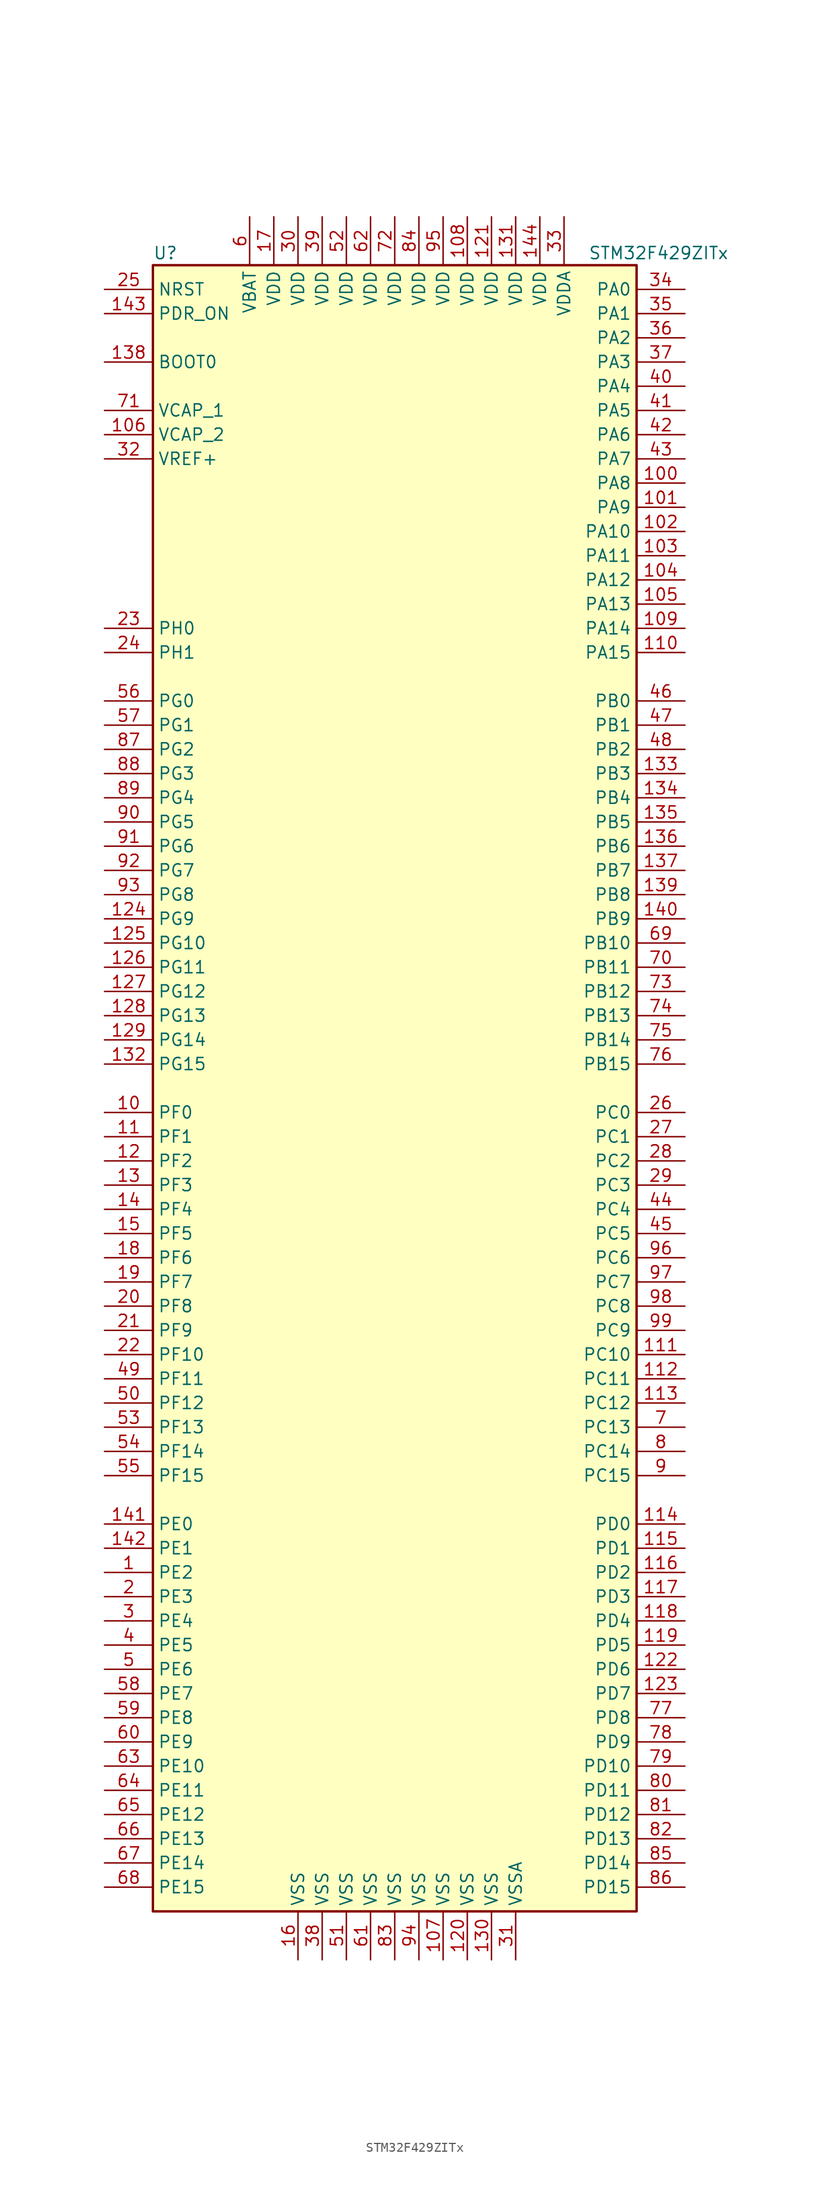
<source format=kicad_sym>
(kicad_symbol_lib
  (version 20201005)
  (generator kicad_symbol_editor)
  (symbol "STM32F429ZITx"
    (property "Reference" "U"
      (at -25.4 87.63 0)
      (effects (font (size 1.27 1.27)) (justify left)))
    (property "Value" "STM32F429ZITx"
      (at 20.32 87.63 0)
      (effects (font (size 1.27 1.27)) (justify left)))
    (symbol "STM32F429ZITx_0_1"
      (rectangle (start -25.4 -86.36) (end 25.4 86.36) (stroke (width 0.254)) (fill (type background))))
    (symbol "STM32F429ZITx_1_1"
      (pin input line (at -30.48 76.2 0) (length 5.08) (name "BOOT0" (effects (font (size 1.27 1.27)))) (number "138" (effects (font (size 1.27 1.27)))))
      (pin input line (at -30.48 83.82 0) (length 5.08) (name "NRST" (effects (font (size 1.27 1.27)))) (number "25" (effects (font (size 1.27 1.27)))))
      (pin bidirectional line (at 30.48 83.82 180) (length 5.08) (name "PA0" (effects (font (size 1.27 1.27)))) (number "34" (effects (font (size 1.27 1.27)))))
      (pin bidirectional line (at 30.48 81.28 180) (length 5.08) (name "PA1" (effects (font (size 1.27 1.27)))) (number "35" (effects (font (size 1.27 1.27)))))
      (pin bidirectional line (at 30.48 58.42 180) (length 5.08) (name "PA10" (effects (font (size 1.27 1.27)))) (number "102" (effects (font (size 1.27 1.27)))))
      (pin bidirectional line (at 30.48 55.88 180) (length 5.08) (name "PA11" (effects (font (size 1.27 1.27)))) (number "103" (effects (font (size 1.27 1.27)))))
      (pin bidirectional line (at 30.48 53.34 180) (length 5.08) (name "PA12" (effects (font (size 1.27 1.27)))) (number "104" (effects (font (size 1.27 1.27)))))
      (pin bidirectional line (at 30.48 50.8 180) (length 5.08) (name "PA13" (effects (font (size 1.27 1.27)))) (number "105" (effects (font (size 1.27 1.27)))))
      (pin bidirectional line (at 30.48 48.26 180) (length 5.08) (name "PA14" (effects (font (size 1.27 1.27)))) (number "109" (effects (font (size 1.27 1.27)))))
      (pin bidirectional line (at 30.48 45.72 180) (length 5.08) (name "PA15" (effects (font (size 1.27 1.27)))) (number "110" (effects (font (size 1.27 1.27)))))
      (pin bidirectional line (at 30.48 78.74 180) (length 5.08) (name "PA2" (effects (font (size 1.27 1.27)))) (number "36" (effects (font (size 1.27 1.27)))))
      (pin bidirectional line (at 30.48 76.2 180) (length 5.08) (name "PA3" (effects (font (size 1.27 1.27)))) (number "37" (effects (font (size 1.27 1.27)))))
      (pin bidirectional line (at 30.48 73.66 180) (length 5.08) (name "PA4" (effects (font (size 1.27 1.27)))) (number "40" (effects (font (size 1.27 1.27)))))
      (pin bidirectional line (at 30.48 71.12 180) (length 5.08) (name "PA5" (effects (font (size 1.27 1.27)))) (number "41" (effects (font (size 1.27 1.27)))))
      (pin bidirectional line (at 30.48 68.58 180) (length 5.08) (name "PA6" (effects (font (size 1.27 1.27)))) (number "42" (effects (font (size 1.27 1.27)))))
      (pin bidirectional line (at 30.48 66.04 180) (length 5.08) (name "PA7" (effects (font (size 1.27 1.27)))) (number "43" (effects (font (size 1.27 1.27)))))
      (pin bidirectional line (at 30.48 63.5 180) (length 5.08) (name "PA8" (effects (font (size 1.27 1.27)))) (number "100" (effects (font (size 1.27 1.27)))))
      (pin bidirectional line (at 30.48 60.96 180) (length 5.08) (name "PA9" (effects (font (size 1.27 1.27)))) (number "101" (effects (font (size 1.27 1.27)))))
      (pin bidirectional line (at 30.48 40.64 180) (length 5.08) (name "PB0" (effects (font (size 1.27 1.27)))) (number "46" (effects (font (size 1.27 1.27)))))
      (pin bidirectional line (at 30.48 38.1 180) (length 5.08) (name "PB1" (effects (font (size 1.27 1.27)))) (number "47" (effects (font (size 1.27 1.27)))))
      (pin bidirectional line (at 30.48 15.24 180) (length 5.08) (name "PB10" (effects (font (size 1.27 1.27)))) (number "69" (effects (font (size 1.27 1.27)))))
      (pin bidirectional line (at 30.48 12.7 180) (length 5.08) (name "PB11" (effects (font (size 1.27 1.27)))) (number "70" (effects (font (size 1.27 1.27)))))
      (pin bidirectional line (at 30.48 10.16 180) (length 5.08) (name "PB12" (effects (font (size 1.27 1.27)))) (number "73" (effects (font (size 1.27 1.27)))))
      (pin bidirectional line (at 30.48 7.62 180) (length 5.08) (name "PB13" (effects (font (size 1.27 1.27)))) (number "74" (effects (font (size 1.27 1.27)))))
      (pin bidirectional line (at 30.48 5.08 180) (length 5.08) (name "PB14" (effects (font (size 1.27 1.27)))) (number "75" (effects (font (size 1.27 1.27)))))
      (pin bidirectional line (at 30.48 2.54 180) (length 5.08) (name "PB15" (effects (font (size 1.27 1.27)))) (number "76" (effects (font (size 1.27 1.27)))))
      (pin bidirectional line (at 30.48 35.56 180) (length 5.08) (name "PB2" (effects (font (size 1.27 1.27)))) (number "48" (effects (font (size 1.27 1.27)))))
      (pin bidirectional line (at 30.48 33.02 180) (length 5.08) (name "PB3" (effects (font (size 1.27 1.27)))) (number "133" (effects (font (size 1.27 1.27)))))
      (pin bidirectional line (at 30.48 30.48 180) (length 5.08) (name "PB4" (effects (font (size 1.27 1.27)))) (number "134" (effects (font (size 1.27 1.27)))))
      (pin bidirectional line (at 30.48 27.94 180) (length 5.08) (name "PB5" (effects (font (size 1.27 1.27)))) (number "135" (effects (font (size 1.27 1.27)))))
      (pin bidirectional line (at 30.48 25.4 180) (length 5.08) (name "PB6" (effects (font (size 1.27 1.27)))) (number "136" (effects (font (size 1.27 1.27)))))
      (pin bidirectional line (at 30.48 22.86 180) (length 5.08) (name "PB7" (effects (font (size 1.27 1.27)))) (number "137" (effects (font (size 1.27 1.27)))))
      (pin bidirectional line (at 30.48 20.32 180) (length 5.08) (name "PB8" (effects (font (size 1.27 1.27)))) (number "139" (effects (font (size 1.27 1.27)))))
      (pin bidirectional line (at 30.48 17.78 180) (length 5.08) (name "PB9" (effects (font (size 1.27 1.27)))) (number "140" (effects (font (size 1.27 1.27)))))
      (pin bidirectional line (at 30.48 -2.54 180) (length 5.08) (name "PC0" (effects (font (size 1.27 1.27)))) (number "26" (effects (font (size 1.27 1.27)))))
      (pin bidirectional line (at 30.48 -5.08 180) (length 5.08) (name "PC1" (effects (font (size 1.27 1.27)))) (number "27" (effects (font (size 1.27 1.27)))))
      (pin bidirectional line (at 30.48 -27.94 180) (length 5.08) (name "PC10" (effects (font (size 1.27 1.27)))) (number "111" (effects (font (size 1.27 1.27)))))
      (pin bidirectional line (at 30.48 -30.48 180) (length 5.08) (name "PC11" (effects (font (size 1.27 1.27)))) (number "112" (effects (font (size 1.27 1.27)))))
      (pin bidirectional line (at 30.48 -33.02 180) (length 5.08) (name "PC12" (effects (font (size 1.27 1.27)))) (number "113" (effects (font (size 1.27 1.27)))))
      (pin bidirectional line (at 30.48 -35.56 180) (length 5.08) (name "PC13" (effects (font (size 1.27 1.27)))) (number "7" (effects (font (size 1.27 1.27)))))
      (pin bidirectional line (at 30.48 -38.1 180) (length 5.08) (name "PC14" (effects (font (size 1.27 1.27)))) (number "8" (effects (font (size 1.27 1.27)))))
      (pin bidirectional line (at 30.48 -40.64 180) (length 5.08) (name "PC15" (effects (font (size 1.27 1.27)))) (number "9" (effects (font (size 1.27 1.27)))))
      (pin bidirectional line (at 30.48 -7.62 180) (length 5.08) (name "PC2" (effects (font (size 1.27 1.27)))) (number "28" (effects (font (size 1.27 1.27)))))
      (pin bidirectional line (at 30.48 -10.16 180) (length 5.08) (name "PC3" (effects (font (size 1.27 1.27)))) (number "29" (effects (font (size 1.27 1.27)))))
      (pin bidirectional line (at 30.48 -12.7 180) (length 5.08) (name "PC4" (effects (font (size 1.27 1.27)))) (number "44" (effects (font (size 1.27 1.27)))))
      (pin bidirectional line (at 30.48 -15.24 180) (length 5.08) (name "PC5" (effects (font (size 1.27 1.27)))) (number "45" (effects (font (size 1.27 1.27)))))
      (pin bidirectional line (at 30.48 -17.78 180) (length 5.08) (name "PC6" (effects (font (size 1.27 1.27)))) (number "96" (effects (font (size 1.27 1.27)))))
      (pin bidirectional line (at 30.48 -20.32 180) (length 5.08) (name "PC7" (effects (font (size 1.27 1.27)))) (number "97" (effects (font (size 1.27 1.27)))))
      (pin bidirectional line (at 30.48 -22.86 180) (length 5.08) (name "PC8" (effects (font (size 1.27 1.27)))) (number "98" (effects (font (size 1.27 1.27)))))
      (pin bidirectional line (at 30.48 -25.4 180) (length 5.08) (name "PC9" (effects (font (size 1.27 1.27)))) (number "99" (effects (font (size 1.27 1.27)))))
      (pin bidirectional line (at 30.48 -45.72 180) (length 5.08) (name "PD0" (effects (font (size 1.27 1.27)))) (number "114" (effects (font (size 1.27 1.27)))))
      (pin bidirectional line (at 30.48 -48.26 180) (length 5.08) (name "PD1" (effects (font (size 1.27 1.27)))) (number "115" (effects (font (size 1.27 1.27)))))
      (pin bidirectional line (at 30.48 -71.12 180) (length 5.08) (name "PD10" (effects (font (size 1.27 1.27)))) (number "79" (effects (font (size 1.27 1.27)))))
      (pin bidirectional line (at 30.48 -73.66 180) (length 5.08) (name "PD11" (effects (font (size 1.27 1.27)))) (number "80" (effects (font (size 1.27 1.27)))))
      (pin bidirectional line (at 30.48 -76.2 180) (length 5.08) (name "PD12" (effects (font (size 1.27 1.27)))) (number "81" (effects (font (size 1.27 1.27)))))
      (pin bidirectional line (at 30.48 -78.74 180) (length 5.08) (name "PD13" (effects (font (size 1.27 1.27)))) (number "82" (effects (font (size 1.27 1.27)))))
      (pin bidirectional line (at 30.48 -81.28 180) (length 5.08) (name "PD14" (effects (font (size 1.27 1.27)))) (number "85" (effects (font (size 1.27 1.27)))))
      (pin bidirectional line (at 30.48 -83.82 180) (length 5.08) (name "PD15" (effects (font (size 1.27 1.27)))) (number "86" (effects (font (size 1.27 1.27)))))
      (pin bidirectional line (at 30.48 -50.8 180) (length 5.08) (name "PD2" (effects (font (size 1.27 1.27)))) (number "116" (effects (font (size 1.27 1.27)))))
      (pin bidirectional line (at 30.48 -53.34 180) (length 5.08) (name "PD3" (effects (font (size 1.27 1.27)))) (number "117" (effects (font (size 1.27 1.27)))))
      (pin bidirectional line (at 30.48 -55.88 180) (length 5.08) (name "PD4" (effects (font (size 1.27 1.27)))) (number "118" (effects (font (size 1.27 1.27)))))
      (pin bidirectional line (at 30.48 -58.42 180) (length 5.08) (name "PD5" (effects (font (size 1.27 1.27)))) (number "119" (effects (font (size 1.27 1.27)))))
      (pin bidirectional line (at 30.48 -60.96 180) (length 5.08) (name "PD6" (effects (font (size 1.27 1.27)))) (number "122" (effects (font (size 1.27 1.27)))))
      (pin bidirectional line (at 30.48 -63.5 180) (length 5.08) (name "PD7" (effects (font (size 1.27 1.27)))) (number "123" (effects (font (size 1.27 1.27)))))
      (pin bidirectional line (at 30.48 -66.04 180) (length 5.08) (name "PD8" (effects (font (size 1.27 1.27)))) (number "77" (effects (font (size 1.27 1.27)))))
      (pin bidirectional line (at 30.48 -68.58 180) (length 5.08) (name "PD9" (effects (font (size 1.27 1.27)))) (number "78" (effects (font (size 1.27 1.27)))))
      (pin input line (at -30.48 81.28 0) (length 5.08) (name "PDR_ON" (effects (font (size 1.27 1.27)))) (number "143" (effects (font (size 1.27 1.27)))))
      (pin bidirectional line (at -30.48 -45.72 0) (length 5.08) (name "PE0" (effects (font (size 1.27 1.27)))) (number "141" (effects (font (size 1.27 1.27)))))
      (pin bidirectional line (at -30.48 -48.26 0) (length 5.08) (name "PE1" (effects (font (size 1.27 1.27)))) (number "142" (effects (font (size 1.27 1.27)))))
      (pin bidirectional line (at -30.48 -71.12 0) (length 5.08) (name "PE10" (effects (font (size 1.27 1.27)))) (number "63" (effects (font (size 1.27 1.27)))))
      (pin bidirectional line (at -30.48 -73.66 0) (length 5.08) (name "PE11" (effects (font (size 1.27 1.27)))) (number "64" (effects (font (size 1.27 1.27)))))
      (pin bidirectional line (at -30.48 -76.2 0) (length 5.08) (name "PE12" (effects (font (size 1.27 1.27)))) (number "65" (effects (font (size 1.27 1.27)))))
      (pin bidirectional line (at -30.48 -78.74 0) (length 5.08) (name "PE13" (effects (font (size 1.27 1.27)))) (number "66" (effects (font (size 1.27 1.27)))))
      (pin bidirectional line (at -30.48 -81.28 0) (length 5.08) (name "PE14" (effects (font (size 1.27 1.27)))) (number "67" (effects (font (size 1.27 1.27)))))
      (pin bidirectional line (at -30.48 -83.82 0) (length 5.08) (name "PE15" (effects (font (size 1.27 1.27)))) (number "68" (effects (font (size 1.27 1.27)))))
      (pin bidirectional line (at -30.48 -50.8 0) (length 5.08) (name "PE2" (effects (font (size 1.27 1.27)))) (number "1" (effects (font (size 1.27 1.27)))))
      (pin bidirectional line (at -30.48 -53.34 0) (length 5.08) (name "PE3" (effects (font (size 1.27 1.27)))) (number "2" (effects (font (size 1.27 1.27)))))
      (pin bidirectional line (at -30.48 -55.88 0) (length 5.08) (name "PE4" (effects (font (size 1.27 1.27)))) (number "3" (effects (font (size 1.27 1.27)))))
      (pin bidirectional line (at -30.48 -58.42 0) (length 5.08) (name "PE5" (effects (font (size 1.27 1.27)))) (number "4" (effects (font (size 1.27 1.27)))))
      (pin bidirectional line (at -30.48 -60.96 0) (length 5.08) (name "PE6" (effects (font (size 1.27 1.27)))) (number "5" (effects (font (size 1.27 1.27)))))
      (pin bidirectional line (at -30.48 -63.5 0) (length 5.08) (name "PE7" (effects (font (size 1.27 1.27)))) (number "58" (effects (font (size 1.27 1.27)))))
      (pin bidirectional line (at -30.48 -66.04 0) (length 5.08) (name "PE8" (effects (font (size 1.27 1.27)))) (number "59" (effects (font (size 1.27 1.27)))))
      (pin bidirectional line (at -30.48 -68.58 0) (length 5.08) (name "PE9" (effects (font (size 1.27 1.27)))) (number "60" (effects (font (size 1.27 1.27)))))
      (pin bidirectional line (at -30.48 -2.54 0) (length 5.08) (name "PF0" (effects (font (size 1.27 1.27)))) (number "10" (effects (font (size 1.27 1.27)))))
      (pin bidirectional line (at -30.48 -5.08 0) (length 5.08) (name "PF1" (effects (font (size 1.27 1.27)))) (number "11" (effects (font (size 1.27 1.27)))))
      (pin bidirectional line (at -30.48 -27.94 0) (length 5.08) (name "PF10" (effects (font (size 1.27 1.27)))) (number "22" (effects (font (size 1.27 1.27)))))
      (pin bidirectional line (at -30.48 -30.48 0) (length 5.08) (name "PF11" (effects (font (size 1.27 1.27)))) (number "49" (effects (font (size 1.27 1.27)))))
      (pin bidirectional line (at -30.48 -33.02 0) (length 5.08) (name "PF12" (effects (font (size 1.27 1.27)))) (number "50" (effects (font (size 1.27 1.27)))))
      (pin bidirectional line (at -30.48 -35.56 0) (length 5.08) (name "PF13" (effects (font (size 1.27 1.27)))) (number "53" (effects (font (size 1.27 1.27)))))
      (pin bidirectional line (at -30.48 -38.1 0) (length 5.08) (name "PF14" (effects (font (size 1.27 1.27)))) (number "54" (effects (font (size 1.27 1.27)))))
      (pin bidirectional line (at -30.48 -40.64 0) (length 5.08) (name "PF15" (effects (font (size 1.27 1.27)))) (number "55" (effects (font (size 1.27 1.27)))))
      (pin bidirectional line (at -30.48 -7.62 0) (length 5.08) (name "PF2" (effects (font (size 1.27 1.27)))) (number "12" (effects (font (size 1.27 1.27)))))
      (pin bidirectional line (at -30.48 -10.16 0) (length 5.08) (name "PF3" (effects (font (size 1.27 1.27)))) (number "13" (effects (font (size 1.27 1.27)))))
      (pin bidirectional line (at -30.48 -12.7 0) (length 5.08) (name "PF4" (effects (font (size 1.27 1.27)))) (number "14" (effects (font (size 1.27 1.27)))))
      (pin bidirectional line (at -30.48 -15.24 0) (length 5.08) (name "PF5" (effects (font (size 1.27 1.27)))) (number "15" (effects (font (size 1.27 1.27)))))
      (pin bidirectional line (at -30.48 -17.78 0) (length 5.08) (name "PF6" (effects (font (size 1.27 1.27)))) (number "18" (effects (font (size 1.27 1.27)))))
      (pin bidirectional line (at -30.48 -20.32 0) (length 5.08) (name "PF7" (effects (font (size 1.27 1.27)))) (number "19" (effects (font (size 1.27 1.27)))))
      (pin bidirectional line (at -30.48 -22.86 0) (length 5.08) (name "PF8" (effects (font (size 1.27 1.27)))) (number "20" (effects (font (size 1.27 1.27)))))
      (pin bidirectional line (at -30.48 -25.4 0) (length 5.08) (name "PF9" (effects (font (size 1.27 1.27)))) (number "21" (effects (font (size 1.27 1.27)))))
      (pin bidirectional line (at -30.48 40.64 0) (length 5.08) (name "PG0" (effects (font (size 1.27 1.27)))) (number "56" (effects (font (size 1.27 1.27)))))
      (pin bidirectional line (at -30.48 38.1 0) (length 5.08) (name "PG1" (effects (font (size 1.27 1.27)))) (number "57" (effects (font (size 1.27 1.27)))))
      (pin bidirectional line (at -30.48 15.24 0) (length 5.08) (name "PG10" (effects (font (size 1.27 1.27)))) (number "125" (effects (font (size 1.27 1.27)))))
      (pin bidirectional line (at -30.48 12.7 0) (length 5.08) (name "PG11" (effects (font (size 1.27 1.27)))) (number "126" (effects (font (size 1.27 1.27)))))
      (pin bidirectional line (at -30.48 10.16 0) (length 5.08) (name "PG12" (effects (font (size 1.27 1.27)))) (number "127" (effects (font (size 1.27 1.27)))))
      (pin bidirectional line (at -30.48 7.62 0) (length 5.08) (name "PG13" (effects (font (size 1.27 1.27)))) (number "128" (effects (font (size 1.27 1.27)))))
      (pin bidirectional line (at -30.48 5.08 0) (length 5.08) (name "PG14" (effects (font (size 1.27 1.27)))) (number "129" (effects (font (size 1.27 1.27)))))
      (pin bidirectional line (at -30.48 2.54 0) (length 5.08) (name "PG15" (effects (font (size 1.27 1.27)))) (number "132" (effects (font (size 1.27 1.27)))))
      (pin bidirectional line (at -30.48 35.56 0) (length 5.08) (name "PG2" (effects (font (size 1.27 1.27)))) (number "87" (effects (font (size 1.27 1.27)))))
      (pin bidirectional line (at -30.48 33.02 0) (length 5.08) (name "PG3" (effects (font (size 1.27 1.27)))) (number "88" (effects (font (size 1.27 1.27)))))
      (pin bidirectional line (at -30.48 30.48 0) (length 5.08) (name "PG4" (effects (font (size 1.27 1.27)))) (number "89" (effects (font (size 1.27 1.27)))))
      (pin bidirectional line (at -30.48 27.94 0) (length 5.08) (name "PG5" (effects (font (size 1.27 1.27)))) (number "90" (effects (font (size 1.27 1.27)))))
      (pin bidirectional line (at -30.48 25.4 0) (length 5.08) (name "PG6" (effects (font (size 1.27 1.27)))) (number "91" (effects (font (size 1.27 1.27)))))
      (pin bidirectional line (at -30.48 22.86 0) (length 5.08) (name "PG7" (effects (font (size 1.27 1.27)))) (number "92" (effects (font (size 1.27 1.27)))))
      (pin bidirectional line (at -30.48 20.32 0) (length 5.08) (name "PG8" (effects (font (size 1.27 1.27)))) (number "93" (effects (font (size 1.27 1.27)))))
      (pin bidirectional line (at -30.48 17.78 0) (length 5.08) (name "PG9" (effects (font (size 1.27 1.27)))) (number "124" (effects (font (size 1.27 1.27)))))
      (pin input line (at -30.48 48.26 0) (length 5.08) (name "PH0" (effects (font (size 1.27 1.27)))) (number "23" (effects (font (size 1.27 1.27)))))
      (pin input line (at -30.48 45.72 0) (length 5.08) (name "PH1" (effects (font (size 1.27 1.27)))) (number "24" (effects (font (size 1.27 1.27)))))
      (pin power_in line (at -15.24 91.44 270) (length 5.08) (name "VBAT" (effects (font (size 1.27 1.27)))) (number "6" (effects (font (size 1.27 1.27)))))
      (pin power_in line (at -30.48 71.12 0) (length 5.08) (name "VCAP_1" (effects (font (size 1.27 1.27)))) (number "71" (effects (font (size 1.27 1.27)))))
      (pin power_in line (at -30.48 68.58 0) (length 5.08) (name "VCAP_2" (effects (font (size 1.27 1.27)))) (number "106" (effects (font (size 1.27 1.27)))))
      (pin power_in line (at 7.62 91.44 270) (length 5.08) (name "VDD" (effects (font (size 1.27 1.27)))) (number "108" (effects (font (size 1.27 1.27)))))
      (pin power_in line (at 10.16 91.44 270) (length 5.08) (name "VDD" (effects (font (size 1.27 1.27)))) (number "121" (effects (font (size 1.27 1.27)))))
      (pin power_in line (at 12.7 91.44 270) (length 5.08) (name "VDD" (effects (font (size 1.27 1.27)))) (number "131" (effects (font (size 1.27 1.27)))))
      (pin power_in line (at 15.24 91.44 270) (length 5.08) (name "VDD" (effects (font (size 1.27 1.27)))) (number "144" (effects (font (size 1.27 1.27)))))
      (pin power_in line (at -12.7 91.44 270) (length 5.08) (name "VDD" (effects (font (size 1.27 1.27)))) (number "17" (effects (font (size 1.27 1.27)))))
      (pin power_in line (at -10.16 91.44 270) (length 5.08) (name "VDD" (effects (font (size 1.27 1.27)))) (number "30" (effects (font (size 1.27 1.27)))))
      (pin power_in line (at -7.62 91.44 270) (length 5.08) (name "VDD" (effects (font (size 1.27 1.27)))) (number "39" (effects (font (size 1.27 1.27)))))
      (pin power_in line (at -5.08 91.44 270) (length 5.08) (name "VDD" (effects (font (size 1.27 1.27)))) (number "52" (effects (font (size 1.27 1.27)))))
      (pin power_in line (at -2.54 91.44 270) (length 5.08) (name "VDD" (effects (font (size 1.27 1.27)))) (number "62" (effects (font (size 1.27 1.27)))))
      (pin power_in line (at 0 91.44 270) (length 5.08) (name "VDD" (effects (font (size 1.27 1.27)))) (number "72" (effects (font (size 1.27 1.27)))))
      (pin power_in line (at 2.54 91.44 270) (length 5.08) (name "VDD" (effects (font (size 1.27 1.27)))) (number "84" (effects (font (size 1.27 1.27)))))
      (pin power_in line (at 5.08 91.44 270) (length 5.08) (name "VDD" (effects (font (size 1.27 1.27)))) (number "95" (effects (font (size 1.27 1.27)))))
      (pin power_in line (at 17.78 91.44 270) (length 5.08) (name "VDDA" (effects (font (size 1.27 1.27)))) (number "33" (effects (font (size 1.27 1.27)))))
      (pin power_in line (at -30.48 66.04 0) (length 5.08) (name "VREF+" (effects (font (size 1.27 1.27)))) (number "32" (effects (font (size 1.27 1.27)))))
      (pin power_in line (at 5.08 -91.44 90) (length 5.08) (name "VSS" (effects (font (size 1.27 1.27)))) (number "107" (effects (font (size 1.27 1.27)))))
      (pin power_in line (at 7.62 -91.44 90) (length 5.08) (name "VSS" (effects (font (size 1.27 1.27)))) (number "120" (effects (font (size 1.27 1.27)))))
      (pin power_in line (at 10.16 -91.44 90) (length 5.08) (name "VSS" (effects (font (size 1.27 1.27)))) (number "130" (effects (font (size 1.27 1.27)))))
      (pin power_in line (at -10.16 -91.44 90) (length 5.08) (name "VSS" (effects (font (size 1.27 1.27)))) (number "16" (effects (font (size 1.27 1.27)))))
      (pin power_in line (at -7.62 -91.44 90) (length 5.08) (name "VSS" (effects (font (size 1.27 1.27)))) (number "38" (effects (font (size 1.27 1.27)))))
      (pin power_in line (at -5.08 -91.44 90) (length 5.08) (name "VSS" (effects (font (size 1.27 1.27)))) (number "51" (effects (font (size 1.27 1.27)))))
      (pin power_in line (at -2.54 -91.44 90) (length 5.08) (name "VSS" (effects (font (size 1.27 1.27)))) (number "61" (effects (font (size 1.27 1.27)))))
      (pin power_in line (at 0 -91.44 90) (length 5.08) (name "VSS" (effects (font (size 1.27 1.27)))) (number "83" (effects (font (size 1.27 1.27)))))
      (pin power_in line (at 2.54 -91.44 90) (length 5.08) (name "VSS" (effects (font (size 1.27 1.27)))) (number "94" (effects (font (size 1.27 1.27)))))
      (pin power_in line (at 12.7 -91.44 90) (length 5.08) (name "VSSA" (effects (font (size 1.27 1.27)))) (number "31" (effects (font (size 1.27 1.27))))))))
</source>
